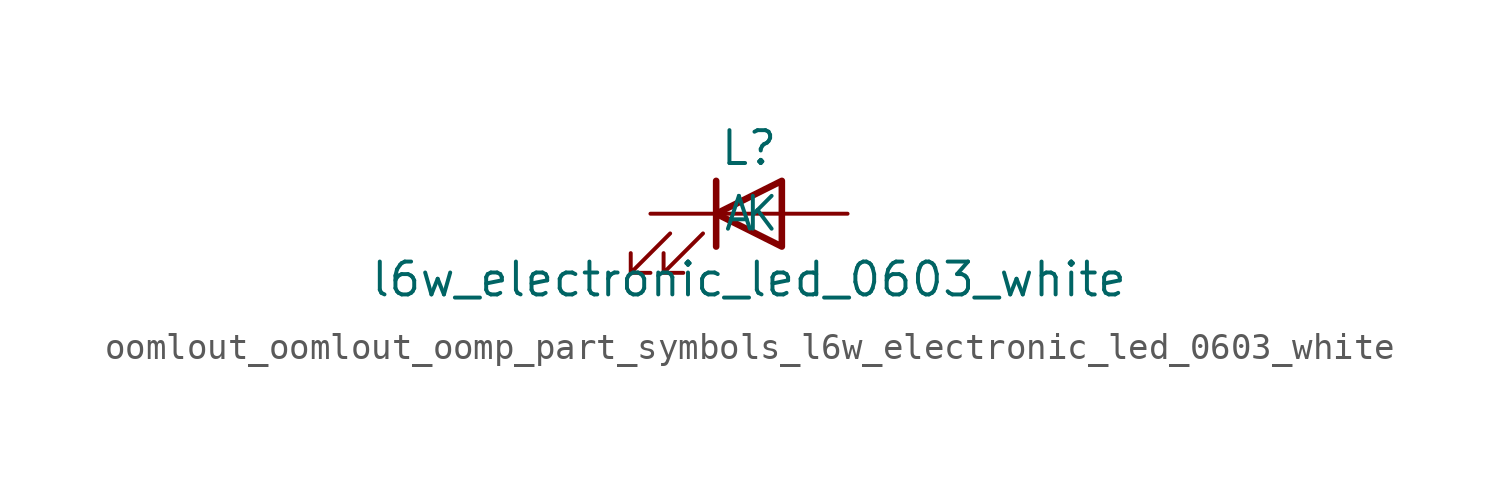
<source format=kicad_sym>
(kicad_symbol_lib
  (version 20220914)
  (generator kicad_symbol_editor)
  (symbol "oomlout_oomlout_oomp_part_symbols_l6w_electronic_led_0603_white"
    (pin_numbers hide)
    (pin_names
      (offset 1.016))
    (property "Reference" "L"
      (at 0 2.54 0)
      (effects (font (size 1.27 1.27))))
    (property "Value" "l6w_electronic_led_0603_white"
      (at 0 -2.54 0)
      (effects (font (size 1.27 1.27))))
    (symbol "oomlout_oomlout_oomp_part_symbols_l6w_electronic_led_0603_white_0_1"
      (polyline (pts (xy -1.27 -1.27) (xy -1.27 1.27)) (stroke (width 0.254) (type default)) (fill (type none)))
      (polyline (pts (xy -1.27 0) (xy 1.27 0)) (stroke (width 0) (type default)) (fill (type none)))
      (polyline (pts (xy 1.27 -1.27) (xy 1.27 1.27) (xy -1.27 0) (xy 1.27 -1.27)) (stroke (width 0.254) (type default)) (fill (type none)))
      (polyline (pts (xy -3.048 -0.762) (xy -4.572 -2.286) (xy -3.81 -2.286) (xy -4.572 -2.286) (xy -4.572 -1.524)) (stroke (width 0) (type default)) (fill (type none)))
      (polyline (pts (xy -1.778 -0.762) (xy -3.302 -2.286) (xy -2.54 -2.286) (xy -3.302 -2.286) (xy -3.302 -1.524)) (stroke (width 0) (type default)) (fill (type none))))
    (symbol "oomlout_oomlout_oomp_part_symbols_l6w_electronic_led_0603_white_1_1"
      (pin passive line (at -3.81 0 0) (length 2.54) (name "K" (effects (font (size 1.27 1.27)))) (number "1" (effects (font (size 1.27 1.27)))))
      (pin passive line (at 3.81 0 180) (length 2.54) (name "A" (effects (font (size 1.27 1.27)))) (number "2" (effects (font (size 1.27 1.27))))))))
</source>
